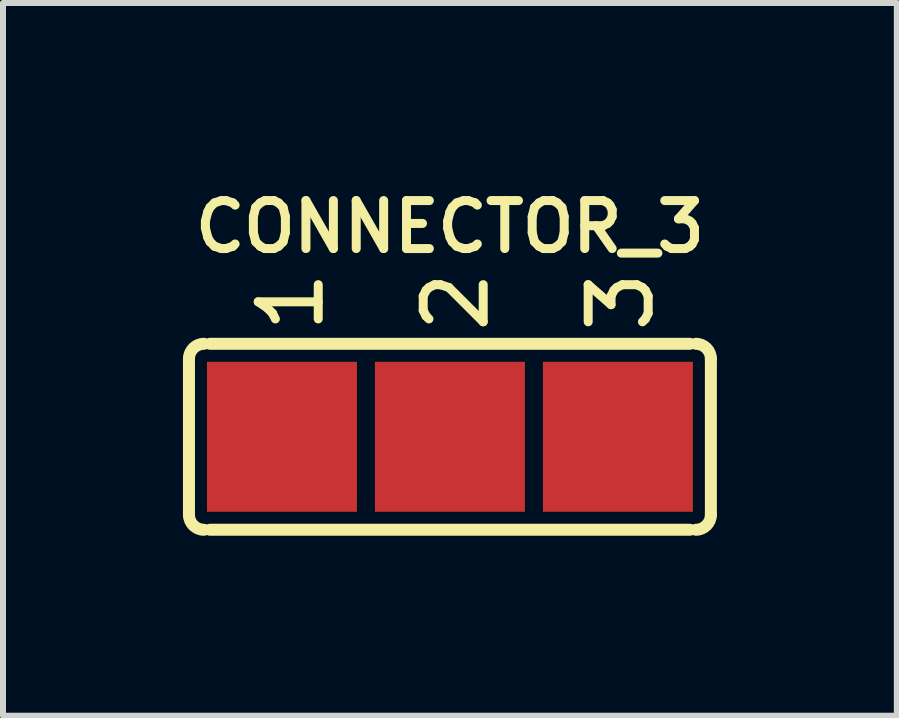
<source format=kicad_pcb>
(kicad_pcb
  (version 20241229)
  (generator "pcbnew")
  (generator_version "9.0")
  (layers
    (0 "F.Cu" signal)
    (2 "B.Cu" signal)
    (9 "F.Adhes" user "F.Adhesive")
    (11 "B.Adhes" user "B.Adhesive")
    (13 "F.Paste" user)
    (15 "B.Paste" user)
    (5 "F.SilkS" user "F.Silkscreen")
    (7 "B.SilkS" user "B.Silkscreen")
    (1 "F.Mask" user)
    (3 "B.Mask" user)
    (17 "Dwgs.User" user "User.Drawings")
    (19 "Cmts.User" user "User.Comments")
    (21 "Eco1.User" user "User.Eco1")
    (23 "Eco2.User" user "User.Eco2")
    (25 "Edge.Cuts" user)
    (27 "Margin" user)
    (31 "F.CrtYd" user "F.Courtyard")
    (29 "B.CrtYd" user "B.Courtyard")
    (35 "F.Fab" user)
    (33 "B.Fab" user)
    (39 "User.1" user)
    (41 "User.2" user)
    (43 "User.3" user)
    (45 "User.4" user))
  (footprint "CONNECTOR_3"
    (layer "F.Cu")
    (at 4.45 4.231)
    (property "Reference" "CONNECTOR_3" (at 0 -3.5 0) (layer "F.SilkS") (effects (font (size 0.8 0.8) (thickness 0.15))))
    (attr exclude_from_pos_files exclude_from_bom)
    (fp_line (start -4.35 -1.3) (end -4.35 1.3) (stroke (width 0.2) (type solid)) (layer "F.SilkS"))
    (fp_line (start -4 -1.55) (end 4 -1.55) (stroke (width 0.2) (type solid)) (layer "F.SilkS"))
    (fp_line (start -4 1.55) (end 4 1.55) (stroke (width 0.2) (type solid)) (layer "F.SilkS"))
    (fp_line (start 4.35 -1.3) (end 4.35 1.3) (stroke (width 0.2) (type solid)) (layer "F.SilkS"))
    (fp_arc (start -4.35 -1.3) (mid -4.276777 -1.476777) (end -4.1 -1.55) (stroke (width 0.2) (type solid)) (layer "F.SilkS"))
    (fp_arc (start -4.1 1.55) (mid -4.276777 1.476777) (end -4.35 1.3) (stroke (width 0.2) (type solid)) (layer "F.SilkS"))
    (fp_arc (start 4.1 -1.55) (mid 4.276777 -1.476777) (end 4.35 -1.3) (stroke (width 0.2) (type solid)) (layer "F.SilkS"))
    (fp_arc (start 4.35 1.3) (mid 4.276777 1.476777) (end 4.1 1.55) (stroke (width 0.2) (type solid)) (layer "F.SilkS"))
    (fp_text user "3" (at 2.85 -2.25 90) (layer "F.SilkS") (effects (font (size 1 1) (thickness 0.15))))
    (fp_text user "2" (at 0.1 -2.25 90) (layer "F.SilkS") (effects (font (size 1 1) (thickness 0.15))))
    (fp_text user "1" (at -2.65 -2.25 90) (layer "F.SilkS") (effects (font (size 1 1) (thickness 0.15))))
    (pad "1" smd rect (at -2.8 0) (size 2.5 2.5) (layers "F.Cu" "F.Mask"))
    (pad "2" smd rect (at 0 0) (size 2.5 2.5) (layers "F.Cu" "F.Mask"))
    (pad "3" smd rect (at 2.8 0) (size 2.5 2.5) (layers "F.Cu" "F.Mask")))
  (gr_rect
    (start -3 -3)
    (end 11.9 8.881)
    (stroke (width 0.1) (type default))
    (fill no)
    (layer "Edge.Cuts")))
</source>
